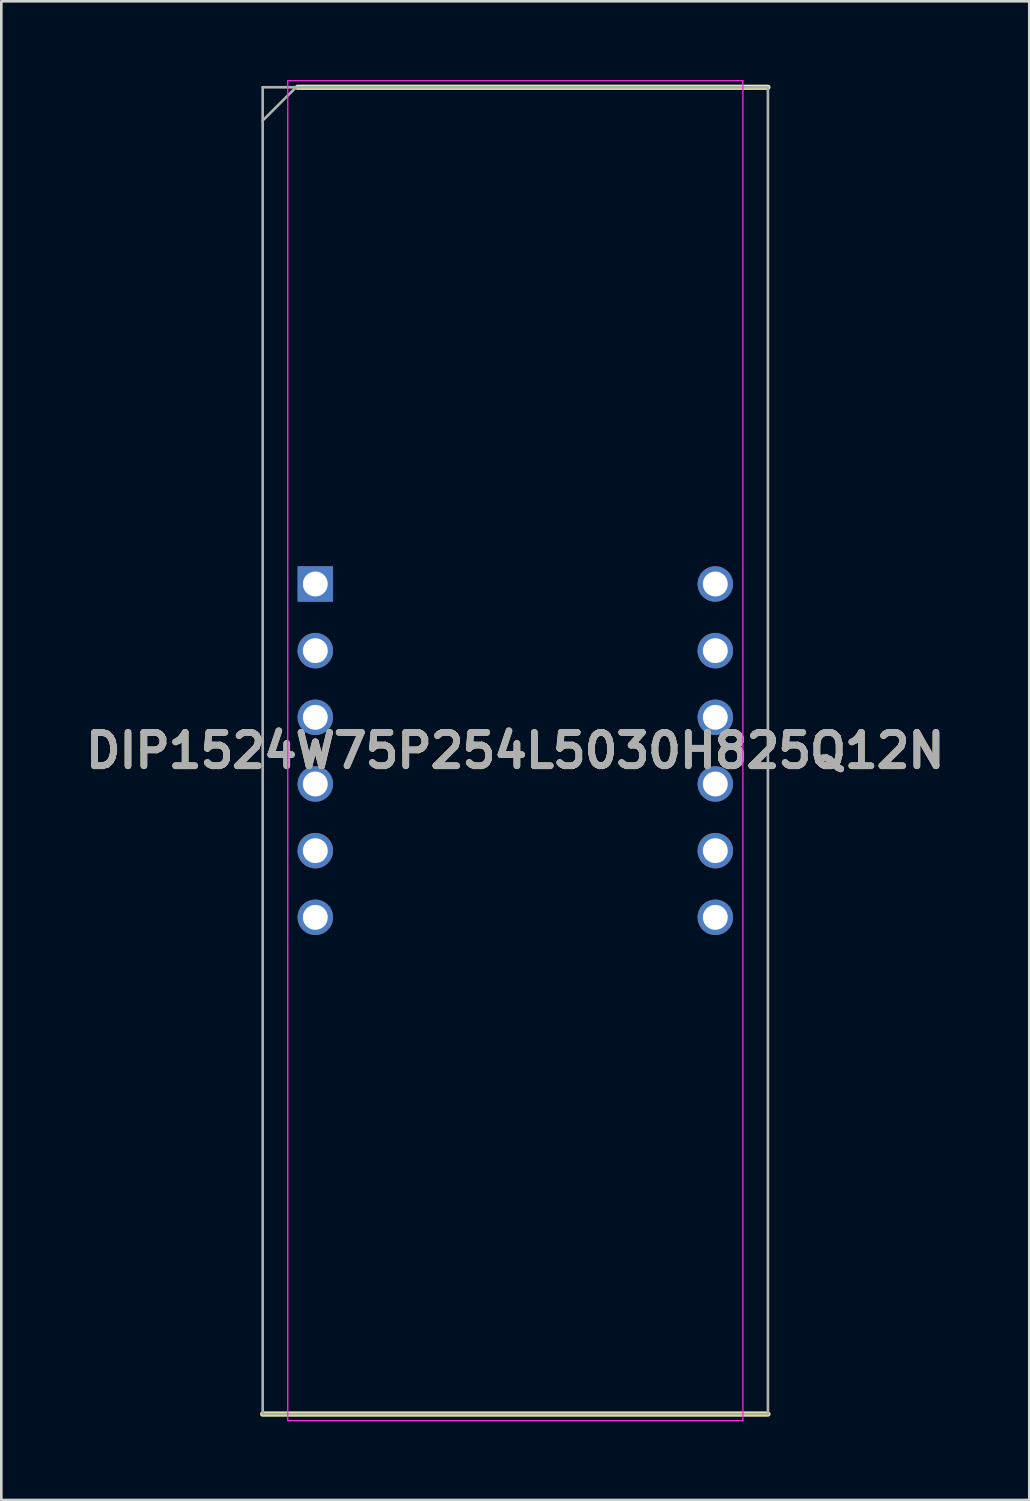
<source format=kicad_pcb>
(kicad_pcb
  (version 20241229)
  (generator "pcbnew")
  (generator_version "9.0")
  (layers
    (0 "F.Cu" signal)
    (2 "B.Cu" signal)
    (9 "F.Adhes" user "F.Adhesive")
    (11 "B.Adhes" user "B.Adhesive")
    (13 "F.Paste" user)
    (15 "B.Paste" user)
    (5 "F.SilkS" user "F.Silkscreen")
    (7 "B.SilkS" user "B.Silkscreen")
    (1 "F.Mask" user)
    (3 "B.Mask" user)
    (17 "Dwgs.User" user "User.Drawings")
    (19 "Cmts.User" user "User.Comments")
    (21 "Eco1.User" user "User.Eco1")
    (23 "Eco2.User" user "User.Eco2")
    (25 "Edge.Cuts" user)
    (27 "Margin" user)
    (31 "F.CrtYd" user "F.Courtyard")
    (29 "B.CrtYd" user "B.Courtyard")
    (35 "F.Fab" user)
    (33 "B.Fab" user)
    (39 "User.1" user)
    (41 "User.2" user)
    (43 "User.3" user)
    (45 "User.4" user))
  (footprint "DIP1524W75P254L5030H825Q12N"
    (layer "F.Cu")
    (at 16.583 25.55)
    (property "Reference" "DIP1524W75P254L5030H825Q12N" (at 0 0 0) (layer "F.SilkS") (effects (font (size 1.27 1.27) (thickness 0.254))))
    (attr through_hole)
    (fp_line (start -9.625 25.275) (end 9.625 25.275) (stroke (width 0.2) (type solid)) (layer "F.SilkS"))
    (fp_line (start -8.295 -25.275) (end 9.625 -25.275) (stroke (width 0.2) (type solid)) (layer "F.SilkS"))
    (fp_line (start -8.67 -25.525) (end 8.67 -25.525) (stroke (width 0.05) (type solid)) (layer "F.CrtYd"))
    (fp_line (start -8.67 25.525) (end -8.67 -25.525) (stroke (width 0.05) (type solid)) (layer "F.CrtYd"))
    (fp_line (start 8.67 -25.525) (end 8.67 25.525) (stroke (width 0.05) (type solid)) (layer "F.CrtYd"))
    (fp_line (start 8.67 25.525) (end -8.67 25.525) (stroke (width 0.05) (type solid)) (layer "F.CrtYd"))
    (fp_line (start -9.625 -25.275) (end 9.625 -25.275) (stroke (width 0.1) (type solid)) (layer "F.Fab"))
    (fp_line (start -9.625 -24.005) (end -8.355 -25.275) (stroke (width 0.1) (type solid)) (layer "F.Fab"))
    (fp_line (start -9.625 25.275) (end -9.625 -25.275) (stroke (width 0.1) (type solid)) (layer "F.Fab"))
    (fp_line (start 9.625 -25.275) (end 9.625 25.275) (stroke (width 0.1) (type solid)) (layer "F.Fab"))
    (fp_line (start 9.625 25.275) (end -9.625 25.275) (stroke (width 0.1) (type solid)) (layer "F.Fab"))
    (fp_text user "${REFERENCE}" (at 0 0 0) (layer "F.Fab") (effects (font (size 1.27 1.27) (thickness 0.254))))
    (pad "1" thru_hole rect (at -7.62 -6.35) (size 1.35 1.35) (drill 0.95) (layers "*.Cu" "*.Mask"))
    (pad "2" thru_hole circle (at -7.62 -3.81) (size 1.35 1.35) (drill 0.95) (layers "*.Cu" "*.Mask"))
    (pad "3" thru_hole circle (at -7.62 -1.27) (size 1.35 1.35) (drill 0.95) (layers "*.Cu" "*.Mask"))
    (pad "4" thru_hole circle (at -7.62 1.27) (size 1.35 1.35) (drill 0.95) (layers "*.Cu" "*.Mask"))
    (pad "5" thru_hole circle (at -7.62 3.81) (size 1.35 1.35) (drill 0.95) (layers "*.Cu" "*.Mask"))
    (pad "6" thru_hole circle (at -7.62 6.35) (size 1.35 1.35) (drill 0.95) (layers "*.Cu" "*.Mask"))
    (pad "7" thru_hole circle (at 7.62 6.35) (size 1.35 1.35) (drill 0.95) (layers "*.Cu" "*.Mask"))
    (pad "8" thru_hole circle (at 7.62 3.81) (size 1.35 1.35) (drill 0.95) (layers "*.Cu" "*.Mask"))
    (pad "9" thru_hole circle (at 7.62 1.27) (size 1.35 1.35) (drill 0.95) (layers "*.Cu" "*.Mask"))
    (pad "10" thru_hole circle (at 7.62 -1.27) (size 1.35 1.35) (drill 0.95) (layers "*.Cu" "*.Mask"))
    (pad "11" thru_hole circle (at 7.62 -3.81) (size 1.35 1.35) (drill 0.95) (layers "*.Cu" "*.Mask"))
    (pad "12" thru_hole circle (at 7.62 -6.35) (size 1.35 1.35) (drill 0.95) (layers "*.Cu" "*.Mask")))
  (gr_rect
    (start -3 -3)
    (end 36.165 54.1)
    (stroke (width 0.1) (type default))
    (fill no)
    (layer "Edge.Cuts")))
</source>
